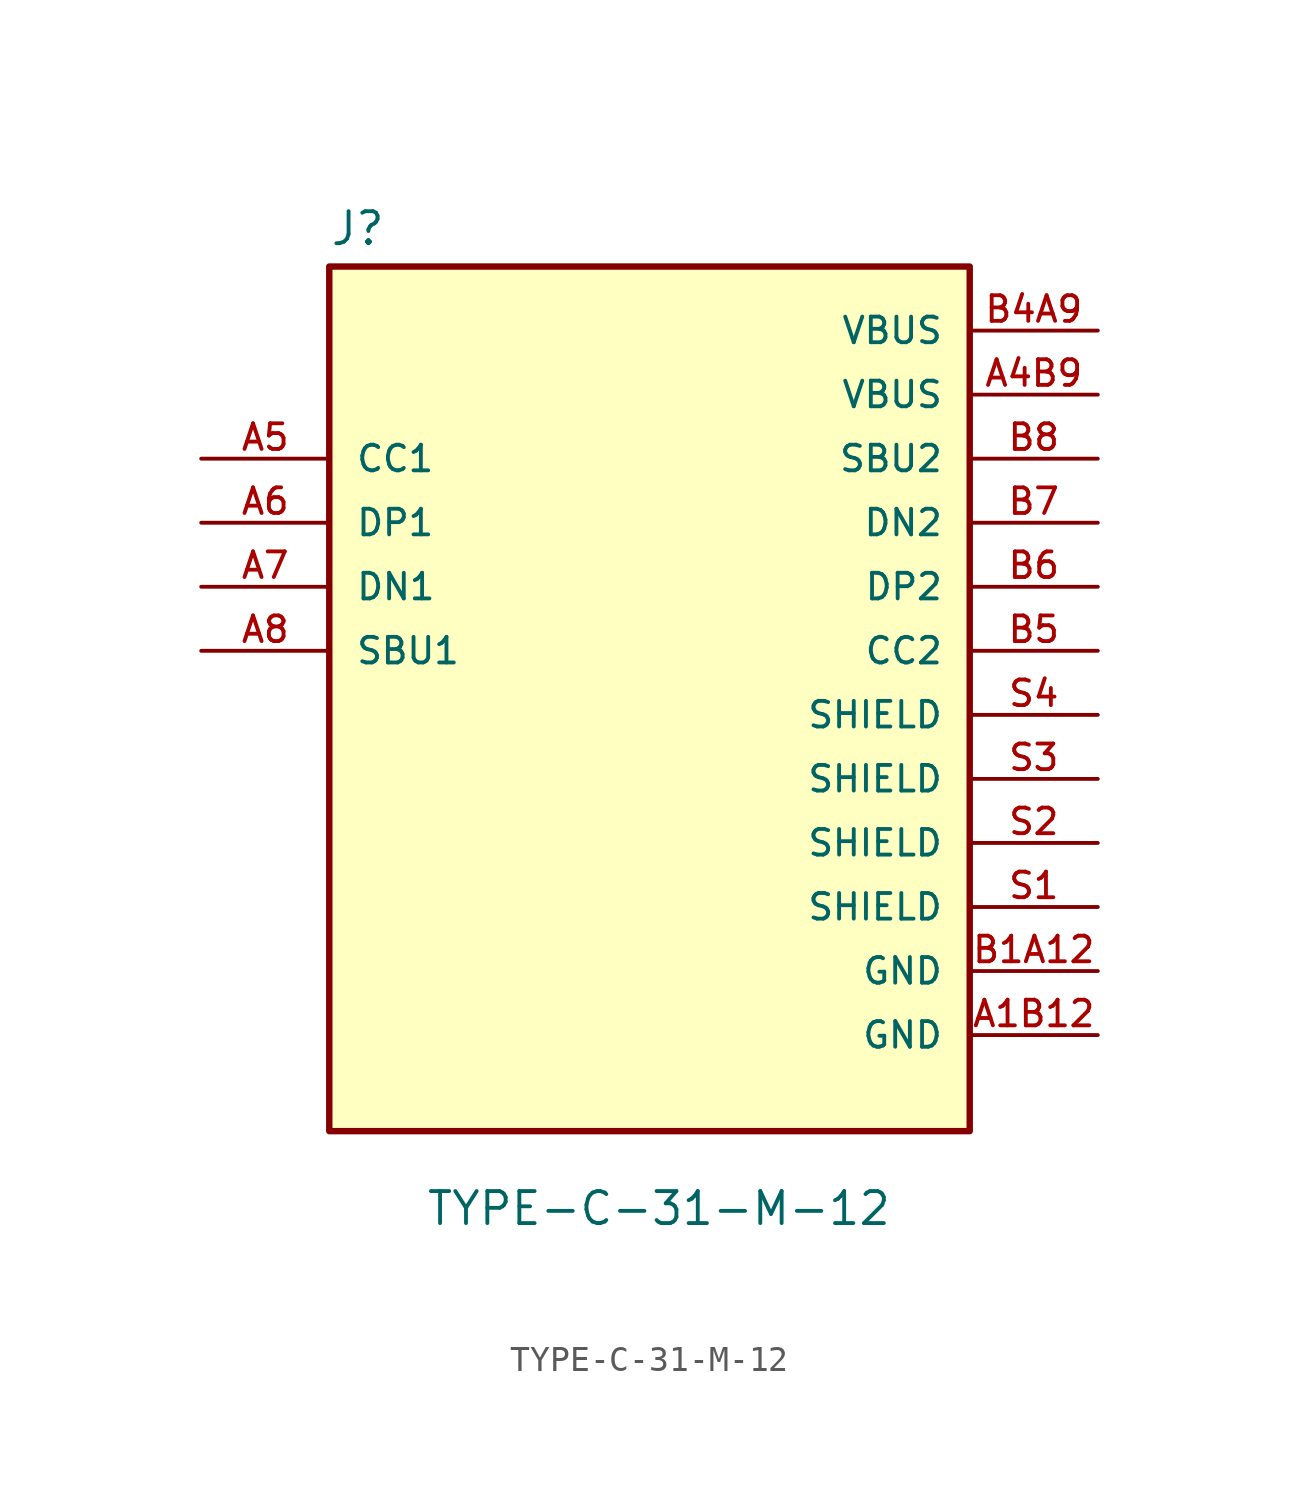
<source format=kicad_sym>
(kicad_symbol_lib
  (version 20211014)
  (generator kicad_symbol_editor)
  (symbol "TYPE-C-31-M-12"
    (pin_names
      (offset 1.016))
    (property "Reference" "J"
      (at -12.7 13.462 0)
      (effects (font (size 1.27 1.27)) (justify left bottom)))
    (property "Value" "TYPE-C-31-M-12"
      (at -8.89 -25.4 0)
      (effects (font (size 1.27 1.27)) (justify left bottom)))
    (property "ki_locked" ""
      (at 0 0 0)
      (effects (font (size 1.27 1.27))))
    (symbol "TYPE-C-31-M-12_0_0"
      (rectangle (start -12.7 12.7) (end 12.7 -21.59) (stroke (width 0.254) (type default) (color 0 0 0 0)) (fill (type background)))
      (pin power_in line (at 17.78 -17.78 180) (length 5.08) (name "GND" (effects (font (size 1.016 1.016)))) (number "A1B12" (effects (font (size 1.016 1.016)))))
      (pin power_in line (at 17.78 7.62 180) (length 5.08) (name "VBUS" (effects (font (size 1.016 1.016)))) (number "A4B9" (effects (font (size 1.016 1.016)))))
      (pin bidirectional line (at -17.78 5.08 0) (length 5.08) (name "CC1" (effects (font (size 1.016 1.016)))) (number "A5" (effects (font (size 1.016 1.016)))))
      (pin bidirectional line (at -17.78 2.54 0) (length 5.08) (name "DP1" (effects (font (size 1.016 1.016)))) (number "A6" (effects (font (size 1.016 1.016)))))
      (pin bidirectional line (at -17.78 0 0) (length 5.08) (name "DN1" (effects (font (size 1.016 1.016)))) (number "A7" (effects (font (size 1.016 1.016)))))
      (pin bidirectional line (at -17.78 -2.54 0) (length 5.08) (name "SBU1" (effects (font (size 1.016 1.016)))) (number "A8" (effects (font (size 1.016 1.016)))))
      (pin power_in line (at 17.78 -15.24 180) (length 5.08) (name "GND" (effects (font (size 1.016 1.016)))) (number "B1A12" (effects (font (size 1.016 1.016)))))
      (pin power_in line (at 17.78 10.16 180) (length 5.08) (name "VBUS" (effects (font (size 1.016 1.016)))) (number "B4A9" (effects (font (size 1.016 1.016)))))
      (pin bidirectional line (at 17.78 -2.54 180) (length 5.08) (name "CC2" (effects (font (size 1.016 1.016)))) (number "B5" (effects (font (size 1.016 1.016)))))
      (pin bidirectional line (at 17.78 0 180) (length 5.08) (name "DP2" (effects (font (size 1.016 1.016)))) (number "B6" (effects (font (size 1.016 1.016)))))
      (pin bidirectional line (at 17.78 2.54 180) (length 5.08) (name "DN2" (effects (font (size 1.016 1.016)))) (number "B7" (effects (font (size 1.016 1.016)))))
      (pin bidirectional line (at 17.78 5.08 180) (length 5.08) (name "SBU2" (effects (font (size 1.016 1.016)))) (number "B8" (effects (font (size 1.016 1.016)))))
      (pin passive line (at 17.78 -12.7 180) (length 5.08) (name "SHIELD" (effects (font (size 1.016 1.016)))) (number "S1" (effects (font (size 1.016 1.016)))))
      (pin passive line (at 17.78 -10.16 180) (length 5.08) (name "SHIELD" (effects (font (size 1.016 1.016)))) (number "S2" (effects (font (size 1.016 1.016)))))
      (pin passive line (at 17.78 -7.62 180) (length 5.08) (name "SHIELD" (effects (font (size 1.016 1.016)))) (number "S3" (effects (font (size 1.016 1.016)))))
      (pin passive line (at 17.78 -5.08 180) (length 5.08) (name "SHIELD" (effects (font (size 1.016 1.016)))) (number "S4" (effects (font (size 1.016 1.016))))))))
</source>
